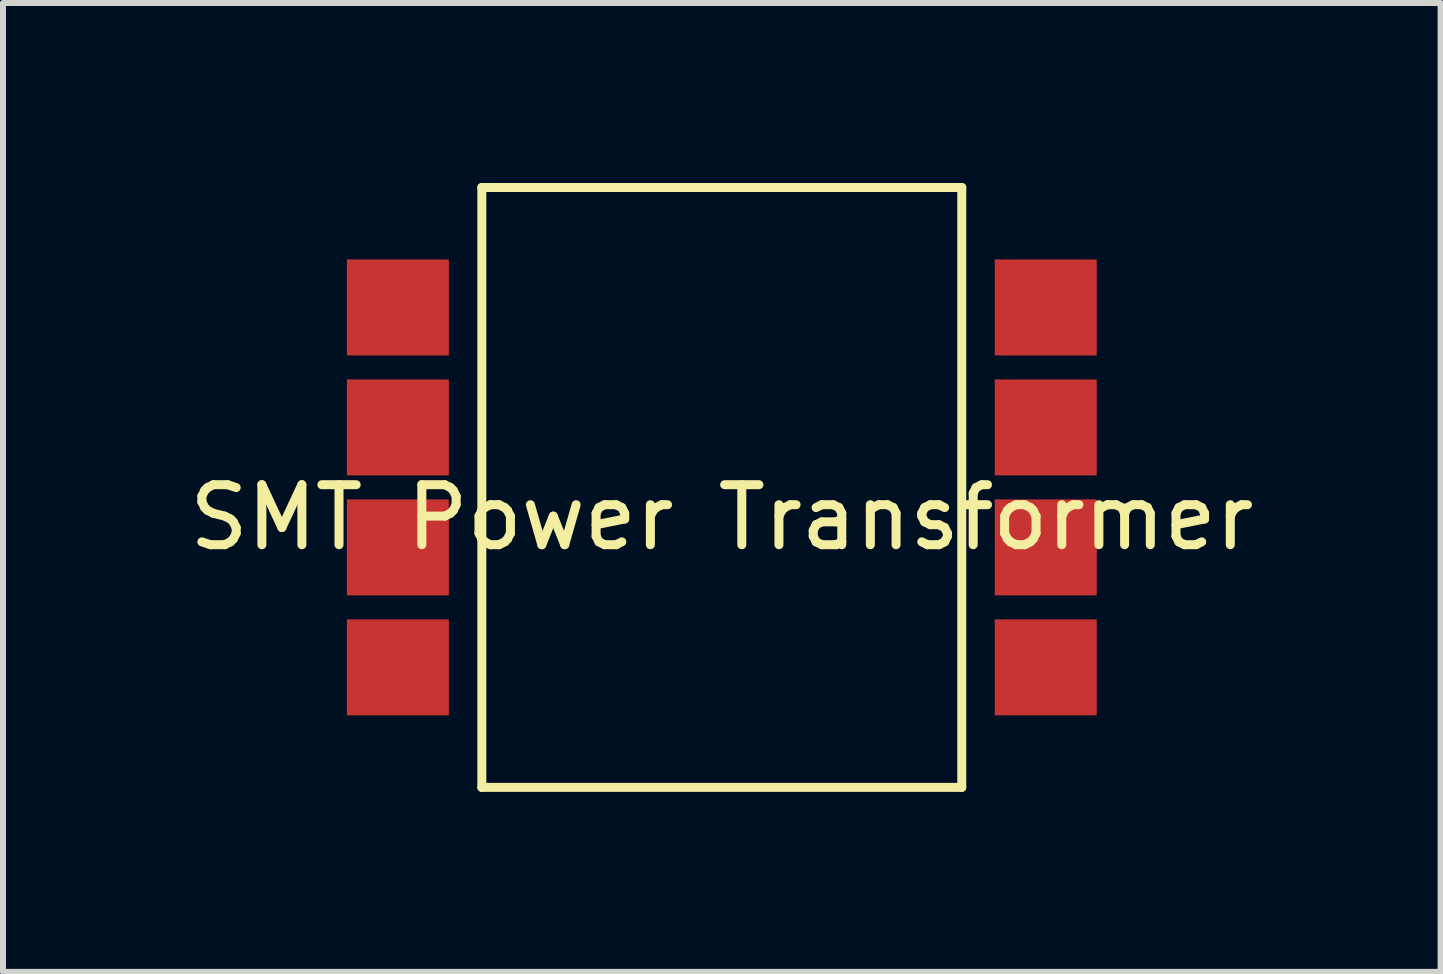
<source format=kicad_pcb>
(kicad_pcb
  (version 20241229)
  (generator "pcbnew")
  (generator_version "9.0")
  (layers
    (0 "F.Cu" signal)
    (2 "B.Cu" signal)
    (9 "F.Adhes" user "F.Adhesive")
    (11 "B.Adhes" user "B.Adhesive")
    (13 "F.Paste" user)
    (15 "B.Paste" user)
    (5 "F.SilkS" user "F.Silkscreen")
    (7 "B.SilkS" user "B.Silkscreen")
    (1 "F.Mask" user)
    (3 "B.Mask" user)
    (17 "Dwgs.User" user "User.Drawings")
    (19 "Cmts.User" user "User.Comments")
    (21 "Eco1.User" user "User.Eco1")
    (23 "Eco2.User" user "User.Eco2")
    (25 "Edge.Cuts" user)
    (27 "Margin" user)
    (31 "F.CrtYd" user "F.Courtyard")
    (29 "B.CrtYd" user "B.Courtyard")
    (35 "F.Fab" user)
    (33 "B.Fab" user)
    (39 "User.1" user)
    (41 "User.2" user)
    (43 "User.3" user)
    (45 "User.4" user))
  (footprint "SMT Power Transformer"
    (layer "F.Cu")
    (at 8.982 5.075)
    (property "Reference" "SMT Power Transformer" (at 0 0.5 0) (layer "F.SilkS") (effects (font (size 1 1) (thickness 0.15))))
    (attr through_hole)
    (fp_line (start -4 -5) (end -4 5) (stroke (width 0.15) (type solid)) (layer "F.SilkS"))
    (fp_line (start -4 5) (end 4 5) (stroke (width 0.15) (type solid)) (layer "F.SilkS"))
    (fp_line (start 4 -5) (end -4 -5) (stroke (width 0.15) (type solid)) (layer "F.SilkS"))
    (fp_line (start 4 5) (end 4 -5) (stroke (width 0.15) (type solid)) (layer "F.SilkS"))
    (pad "1" smd rect (at -5.4 -3) (size 1.7 1.6) (layers "F.Cu" "F.Mask" "F.Paste"))
    (pad "2" smd rect (at -5.4 -1) (size 1.7 1.6) (layers "F.Cu" "F.Mask" "F.Paste"))
    (pad "3" smd rect (at -5.4 1) (size 1.7 1.6) (layers "F.Cu" "F.Mask" "F.Paste"))
    (pad "4" smd rect (at -5.4 3) (size 1.7 1.6) (layers "F.Cu" "F.Mask" "F.Paste"))
    (pad "5" smd rect (at 5.4 3) (size 1.7 1.6) (layers "F.Cu" "F.Mask" "F.Paste"))
    (pad "6" smd rect (at 5.4 1) (size 1.7 1.6) (layers "F.Cu" "F.Mask" "F.Paste"))
    (pad "7" smd rect (at 5.4 -1) (size 1.7 1.6) (layers "F.Cu" "F.Mask" "F.Paste"))
    (pad "8" smd rect (at 5.4 -3) (size 1.7 1.6) (layers "F.Cu" "F.Mask" "F.Paste")))
  (gr_rect
    (start -3 -3)
    (end 20.964 13.15)
    (stroke (width 0.1) (type default))
    (fill no)
    (layer "Edge.Cuts")))
</source>
